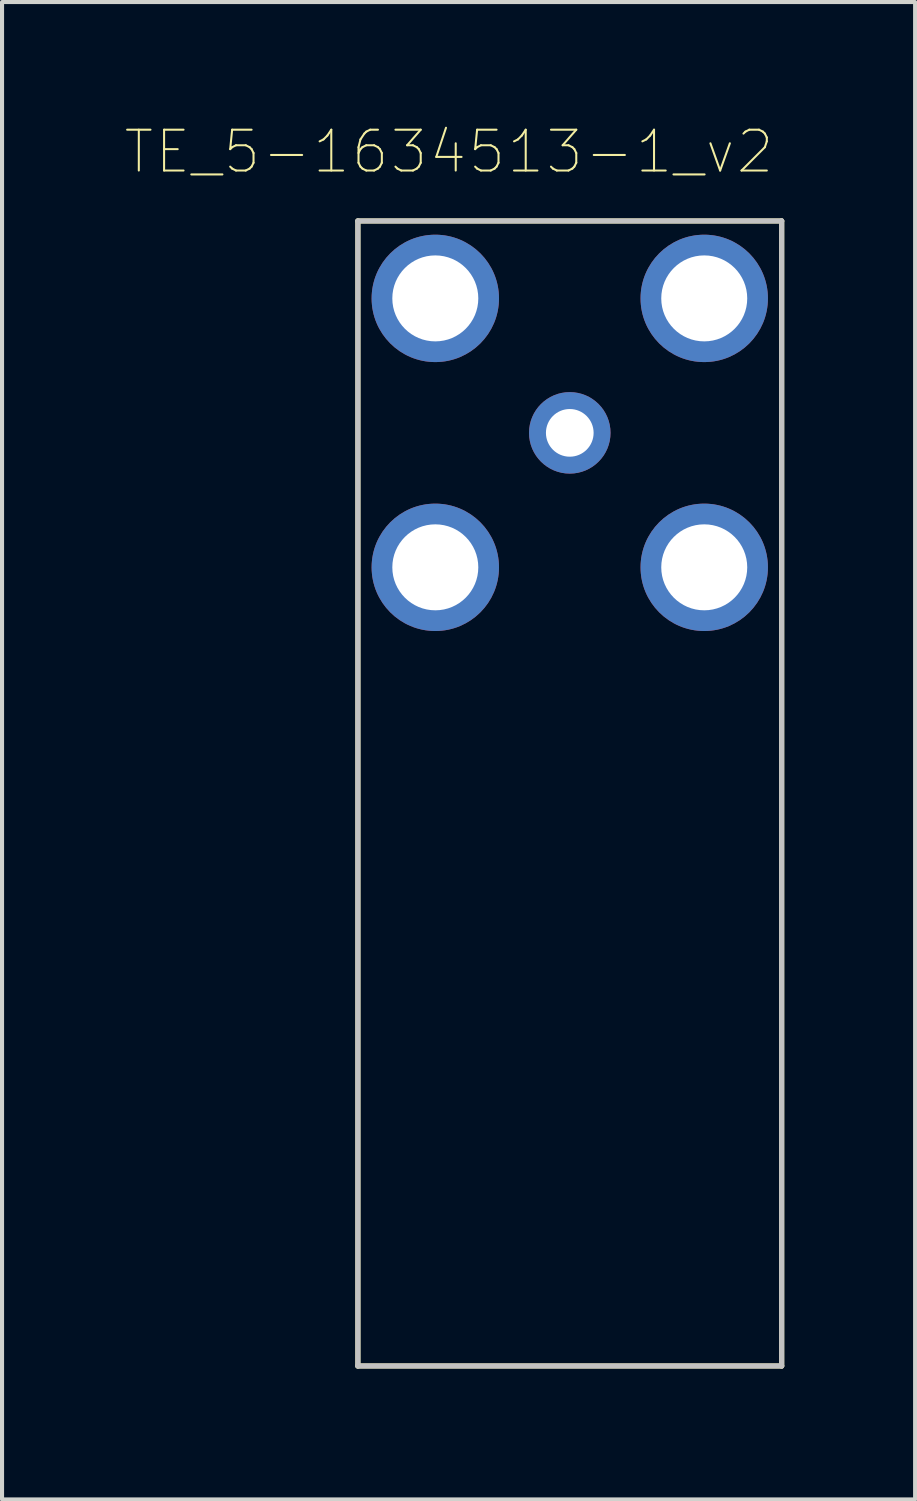
<source format=kicad_pcb>
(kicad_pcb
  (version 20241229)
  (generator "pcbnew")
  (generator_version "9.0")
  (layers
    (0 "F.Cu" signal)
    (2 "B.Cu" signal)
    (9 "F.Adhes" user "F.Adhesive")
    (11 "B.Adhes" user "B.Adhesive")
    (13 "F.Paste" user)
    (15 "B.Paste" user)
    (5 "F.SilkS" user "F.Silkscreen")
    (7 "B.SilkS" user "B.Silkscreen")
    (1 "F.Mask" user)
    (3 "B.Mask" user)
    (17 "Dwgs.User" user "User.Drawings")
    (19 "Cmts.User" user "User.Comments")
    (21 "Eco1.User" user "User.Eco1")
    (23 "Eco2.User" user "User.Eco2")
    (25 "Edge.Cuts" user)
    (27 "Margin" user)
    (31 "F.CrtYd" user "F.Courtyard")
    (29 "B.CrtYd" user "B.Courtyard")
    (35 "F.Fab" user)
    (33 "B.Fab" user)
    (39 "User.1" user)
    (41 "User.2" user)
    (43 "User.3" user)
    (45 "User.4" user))
  (footprint "TE_5-1634513-1_v2"
    (layer "F.Cu")
    (at 10.933 7.573)
    (property "Reference" "TE_5-1634513-1_v2" (at -2.966 -6.899 0) (layer "F.SilkS") (effects (font (size 1.002 1.002) (thickness 0.05))))
    (attr through_hole)
    (fp_line (start -5.2 -5.2) (end 5.2 -5.2) (stroke (width 0.127) (type solid)) (layer "F.SilkS"))
    (fp_line (start -5.2 22.9) (end -5.2 -5.2) (stroke (width 0.127) (type solid)) (layer "F.SilkS"))
    (fp_line (start 5.2 -5.2) (end 5.2 22.9) (stroke (width 0.127) (type solid)) (layer "F.SilkS"))
    (fp_line (start 5.2 22.9) (end -5.2 22.9) (stroke (width 0.127) (type solid)) (layer "F.SilkS"))
    (fp_line (start -5.2 -5.2) (end 5.2 -5.2) (stroke (width 0.127) (type solid)) (layer "Dwgs.User"))
    (fp_line (start -5.2 22.9) (end -5.2 -5.2) (stroke (width 0.127) (type solid)) (layer "Dwgs.User"))
    (fp_line (start 5.2 -5.2) (end 5.2 22.9) (stroke (width 0.127) (type solid)) (layer "Dwgs.User"))
    (fp_line (start 5.2 22.9) (end -5.2 22.9) (stroke (width 0.127) (type solid)) (layer "Dwgs.User"))
    (fp_line (start -5.45 -5.45) (end 5.45 -5.45) (stroke (width 0.05) (type solid)) (layer "Eco1.User"))
    (fp_line (start -5.45 23.15) (end -5.45 -5.45) (stroke (width 0.05) (type solid)) (layer "Eco1.User"))
    (fp_line (start 5.45 -5.45) (end 5.45 23.15) (stroke (width 0.05) (type solid)) (layer "Eco1.User"))
    (fp_line (start 5.45 23.15) (end -5.45 23.15) (stroke (width 0.05) (type solid)) (layer "Eco1.User"))
    (pad "1" thru_hole circle (at 0 0) (size 2 2) (drill 1.17) (layers "*.Cu" "*.Mask"))
    (pad "2" thru_hole circle (at -3.3 -3.3) (size 3.126 3.126) (drill 2.11) (layers "*.Cu" "*.Mask"))
    (pad "2" thru_hole circle (at -3.3 3.3) (size 3.126 3.126) (drill 2.11) (layers "*.Cu" "*.Mask"))
    (pad "2" thru_hole circle (at 3.3 -3.3) (size 3.126 3.126) (drill 2.11) (layers "*.Cu" "*.Mask"))
    (pad "2" thru_hole circle (at 3.3 3.3) (size 3.126 3.126) (drill 2.11) (layers "*.Cu" "*.Mask")))
  (gr_rect
    (start -3 -3)
    (end 19.408 33.748)
    (stroke (width 0.1) (type default))
    (fill no)
    (layer "Edge.Cuts")))
</source>
